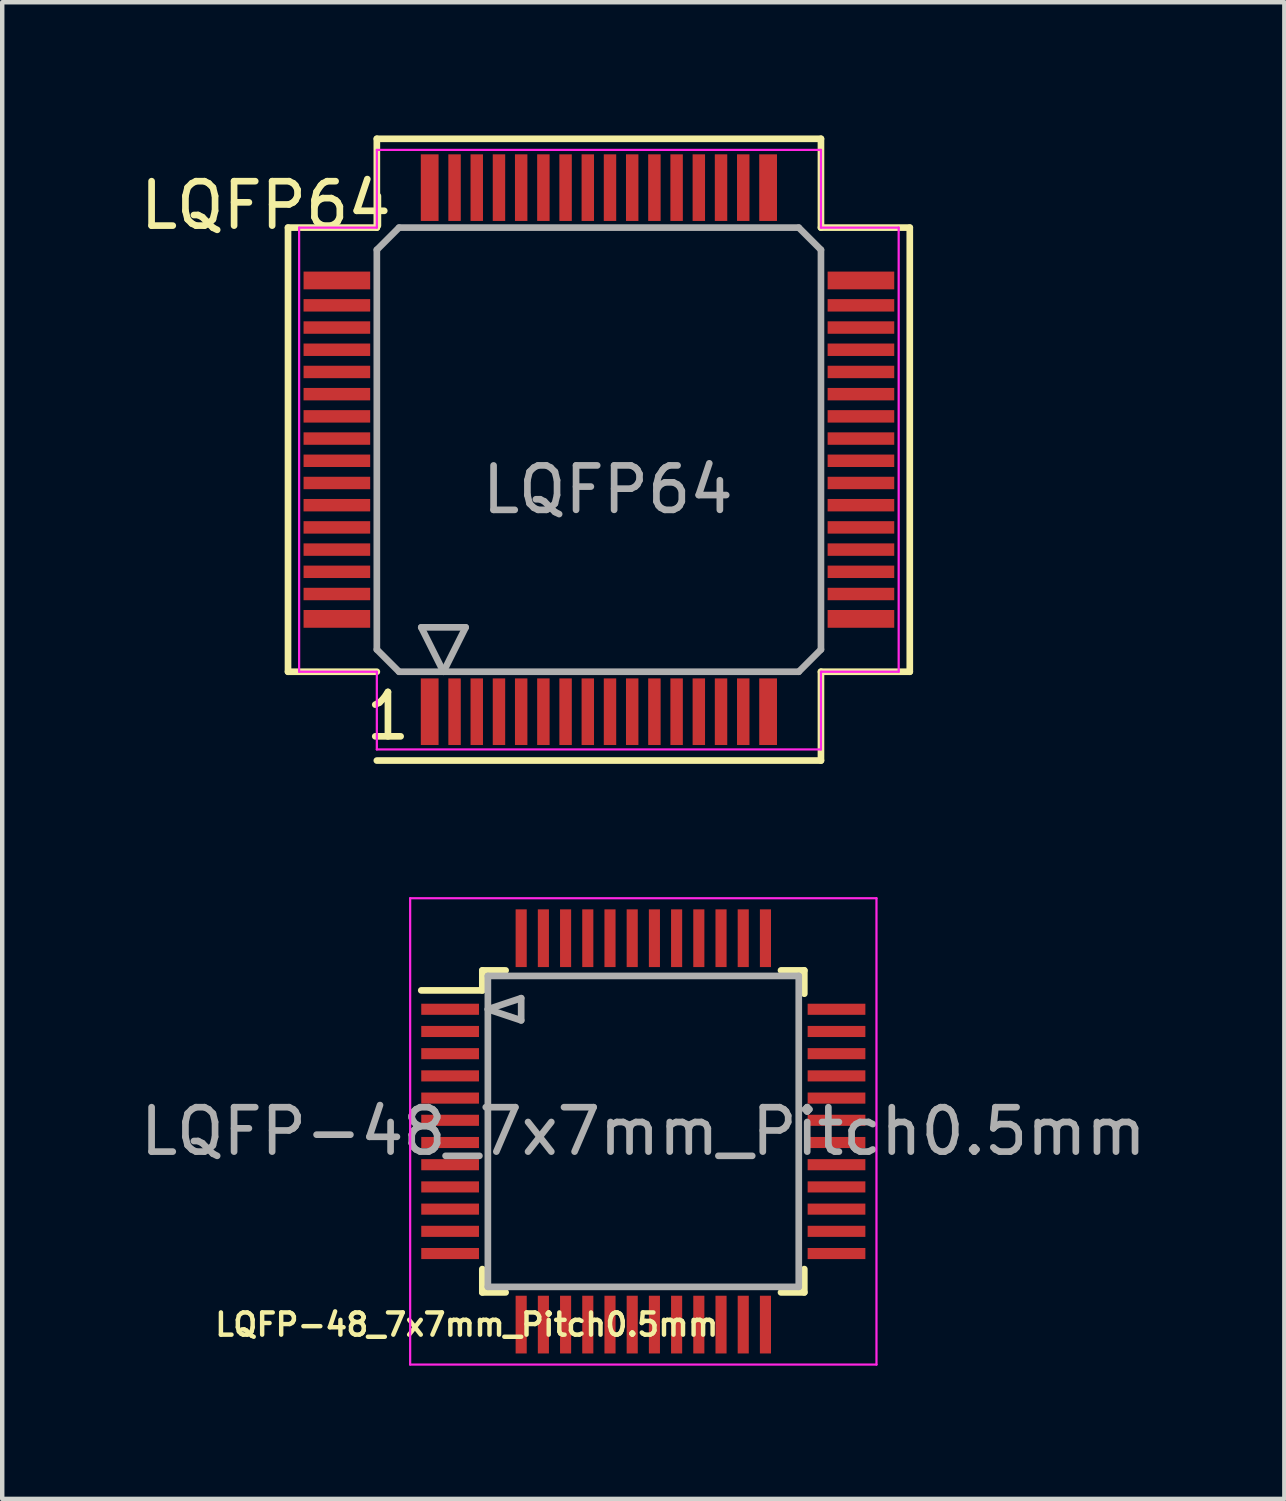
<source format=kicad_pcb>
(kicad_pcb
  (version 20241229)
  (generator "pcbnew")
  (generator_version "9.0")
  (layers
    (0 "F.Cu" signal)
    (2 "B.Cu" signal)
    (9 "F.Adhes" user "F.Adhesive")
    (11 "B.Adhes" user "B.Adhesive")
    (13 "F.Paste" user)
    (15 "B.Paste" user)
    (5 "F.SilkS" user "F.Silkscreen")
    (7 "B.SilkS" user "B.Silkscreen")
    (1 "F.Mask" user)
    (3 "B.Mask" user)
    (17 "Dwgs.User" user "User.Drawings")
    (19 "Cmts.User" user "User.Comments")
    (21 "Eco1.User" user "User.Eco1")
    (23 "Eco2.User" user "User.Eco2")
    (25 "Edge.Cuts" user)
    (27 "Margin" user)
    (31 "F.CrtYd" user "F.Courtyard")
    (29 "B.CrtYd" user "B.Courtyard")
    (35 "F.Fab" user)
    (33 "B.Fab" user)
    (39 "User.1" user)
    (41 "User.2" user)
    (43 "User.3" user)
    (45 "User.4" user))
  (footprint "LQFP64"
    (layer "F.Cu")
    (at 10.435 7.075)
    (property "Reference" "LQFP64" (at -7.5 -5.5 0) (layer "F.SilkS") (effects (font (size 1 1) (thickness 0.15))))
    (attr smd)
    (fp_line (start -7 -5) (end -7 5) (stroke (width 0.15) (type solid)) (layer "F.SilkS"))
    (fp_line (start -7 5) (end -5 5) (stroke (width 0.15) (type solid)) (layer "F.SilkS"))
    (fp_line (start -5 -7) (end -5 -5) (stroke (width 0.15) (type solid)) (layer "F.SilkS"))
    (fp_line (start -5 -5) (end -7 -5) (stroke (width 0.15) (type solid)) (layer "F.SilkS"))
    (fp_line (start -5 7) (end 5 7) (stroke (width 0.15) (type solid)) (layer "F.SilkS"))
    (fp_line (start 5 -7) (end -5 -7) (stroke (width 0.15) (type solid)) (layer "F.SilkS"))
    (fp_line (start 5 -5) (end 5 -7) (stroke (width 0.15) (type solid)) (layer "F.SilkS"))
    (fp_line (start 5 5) (end 7 5) (stroke (width 0.15) (type solid)) (layer "F.SilkS"))
    (fp_line (start 5 7) (end 5 5) (stroke (width 0.15) (type solid)) (layer "F.SilkS"))
    (fp_line (start 7 -5) (end 5 -5) (stroke (width 0.15) (type solid)) (layer "F.SilkS"))
    (fp_line (start 7 5) (end 7 -5) (stroke (width 0.15) (type solid)) (layer "F.SilkS"))
    (fp_line (start -6.75 -5) (end -6.75 5) (stroke (width 0.05) (type solid)) (layer "F.CrtYd"))
    (fp_line (start -6.75 -5) (end -5 -5) (stroke (width 0.05) (type solid)) (layer "F.CrtYd"))
    (fp_line (start -5 -5) (end -5 -6.75) (stroke (width 0.05) (type solid)) (layer "F.CrtYd"))
    (fp_line (start -5 5) (end -6.75 5) (stroke (width 0.05) (type solid)) (layer "F.CrtYd"))
    (fp_line (start -5 5) (end -5 6.75) (stroke (width 0.05) (type solid)) (layer "F.CrtYd"))
    (fp_line (start 5 -6.75) (end -5 -6.75) (stroke (width 0.05) (type solid)) (layer "F.CrtYd"))
    (fp_line (start 5 -5) (end 5 -6.75) (stroke (width 0.05) (type solid)) (layer "F.CrtYd"))
    (fp_line (start 5 -5) (end 6.75 -5) (stroke (width 0.05) (type solid)) (layer "F.CrtYd"))
    (fp_line (start 5 5) (end 5 6.75) (stroke (width 0.05) (type solid)) (layer "F.CrtYd"))
    (fp_line (start 5 5) (end 6.75 5) (stroke (width 0.05) (type solid)) (layer "F.CrtYd"))
    (fp_line (start 5 6.75) (end -5 6.75) (stroke (width 0.05) (type solid)) (layer "F.CrtYd"))
    (fp_line (start 6.75 -5) (end 6.75 5) (stroke (width 0.05) (type solid)) (layer "F.CrtYd"))
    (fp_line (start -5 -4.5) (end -5 4.5) (stroke (width 0.15) (type solid)) (layer "F.Fab"))
    (fp_line (start -5 -4.5) (end -4.5 -5) (stroke (width 0.15) (type solid)) (layer "F.Fab"))
    (fp_line (start -4.5 5) (end -5 4.5) (stroke (width 0.15) (type solid)) (layer "F.Fab"))
    (fp_line (start -4.5 5) (end 4.5 5) (stroke (width 0.15) (type solid)) (layer "F.Fab"))
    (fp_line (start -4 4) (end -3.5 5) (stroke (width 0.15) (type solid)) (layer "F.Fab"))
    (fp_line (start -3.5 5) (end -3 4) (stroke (width 0.15) (type solid)) (layer "F.Fab"))
    (fp_line (start -3 4) (end -4 4) (stroke (width 0.15) (type solid)) (layer "F.Fab"))
    (fp_line (start 4.5 -5) (end -4.5 -5) (stroke (width 0.15) (type solid)) (layer "F.Fab"))
    (fp_line (start 5 -4.5) (end 4.5 -5) (stroke (width 0.15) (type solid)) (layer "F.Fab"))
    (fp_line (start 5 4.5) (end 4.5 5) (stroke (width 0.15) (type solid)) (layer "F.Fab"))
    (fp_line (start 5 4.5) (end 5 -4.5) (stroke (width 0.15) (type solid)) (layer "F.Fab"))
    (fp_text user "1" (at -4.75 6 0) (layer "F.SilkS") (effects (font (size 1 1) (thickness 0.15))))
    (fp_text user "${REFERENCE}" (at 0.2 0.9 0) (layer "F.Fab") (effects (font (size 1 1) (thickness 0.15))))
    (pad "1" smd rect (at -3.81 5.9) (size 0.4 1.5) (layers "F.Cu" "F.Mask" "F.Paste"))
    (pad "2" smd rect (at -3.25 5.9) (size 0.28 1.5) (layers "F.Cu" "F.Mask" "F.Paste"))
    (pad "3" smd rect (at -2.75 5.9) (size 0.28 1.5) (layers "F.Cu" "F.Mask" "F.Paste"))
    (pad "4" smd rect (at -2.25 5.9) (size 0.28 1.5) (layers "F.Cu" "F.Mask" "F.Paste"))
    (pad "5" smd rect (at -1.75 5.9) (size 0.28 1.5) (layers "F.Cu" "F.Mask" "F.Paste"))
    (pad "6" smd rect (at -1.25 5.9) (size 0.28 1.5) (layers "F.Cu" "F.Mask" "F.Paste"))
    (pad "7" smd rect (at -0.75 5.9) (size 0.28 1.5) (layers "F.Cu" "F.Mask" "F.Paste"))
    (pad "8" smd rect (at -0.25 5.9) (size 0.28 1.5) (layers "F.Cu" "F.Mask" "F.Paste"))
    (pad "9" smd rect (at 0.25 5.9) (size 0.28 1.5) (layers "F.Cu" "F.Mask" "F.Paste"))
    (pad "10" smd rect (at 0.75 5.9) (size 0.28 1.5) (layers "F.Cu" "F.Mask" "F.Paste"))
    (pad "11" smd rect (at 1.25 5.9) (size 0.28 1.5) (layers "F.Cu" "F.Mask" "F.Paste"))
    (pad "12" smd rect (at 1.75 5.9) (size 0.28 1.5) (layers "F.Cu" "F.Mask" "F.Paste"))
    (pad "13" smd rect (at 2.25 5.9) (size 0.28 1.5) (layers "F.Cu" "F.Mask" "F.Paste"))
    (pad "14" smd rect (at 2.75 5.9) (size 0.28 1.5) (layers "F.Cu" "F.Mask" "F.Paste"))
    (pad "15" smd rect (at 3.25 5.9) (size 0.28 1.5) (layers "F.Cu" "F.Mask" "F.Paste"))
    (pad "16" smd rect (at 3.81 5.9) (size 0.4 1.5) (layers "F.Cu" "F.Mask" "F.Paste"))
    (pad "17" smd rect (at 5.9 3.81) (size 1.5 0.4) (layers "F.Cu" "F.Mask" "F.Paste"))
    (pad "18" smd rect (at 5.9 3.25) (size 1.5 0.28) (layers "F.Cu" "F.Mask" "F.Paste"))
    (pad "19" smd rect (at 5.9 2.75) (size 1.5 0.28) (layers "F.Cu" "F.Mask" "F.Paste"))
    (pad "20" smd rect (at 5.9 2.25) (size 1.5 0.28) (layers "F.Cu" "F.Mask" "F.Paste"))
    (pad "21" smd rect (at 5.9 1.75) (size 1.5 0.28) (layers "F.Cu" "F.Mask" "F.Paste"))
    (pad "22" smd rect (at 5.9 1.25) (size 1.5 0.28) (layers "F.Cu" "F.Mask" "F.Paste"))
    (pad "23" smd rect (at 5.9 0.75) (size 1.5 0.28) (layers "F.Cu" "F.Mask" "F.Paste"))
    (pad "24" smd rect (at 5.9 0.25) (size 1.5 0.28) (layers "F.Cu" "F.Mask" "F.Paste"))
    (pad "25" smd rect (at 5.9 -0.25) (size 1.5 0.28) (layers "F.Cu" "F.Mask" "F.Paste"))
    (pad "26" smd rect (at 5.9 -0.75) (size 1.5 0.28) (layers "F.Cu" "F.Mask" "F.Paste"))
    (pad "27" smd rect (at 5.9 -1.25) (size 1.5 0.28) (layers "F.Cu" "F.Mask" "F.Paste"))
    (pad "28" smd rect (at 5.9 -1.75) (size 1.5 0.28) (layers "F.Cu" "F.Mask" "F.Paste"))
    (pad "29" smd rect (at 5.9 -2.25) (size 1.5 0.28) (layers "F.Cu" "F.Mask" "F.Paste"))
    (pad "30" smd rect (at 5.9 -2.75) (size 1.5 0.28) (layers "F.Cu" "F.Mask" "F.Paste"))
    (pad "31" smd rect (at 5.9 -3.25) (size 1.5 0.28) (layers "F.Cu" "F.Mask" "F.Paste"))
    (pad "32" smd rect (at 5.9 -3.81) (size 1.5 0.4) (layers "F.Cu" "F.Mask" "F.Paste"))
    (pad "33" smd rect (at 3.81 -5.9) (size 0.4 1.5) (layers "F.Cu" "F.Mask" "F.Paste"))
    (pad "34" smd rect (at 3.25 -5.9) (size 0.28 1.5) (layers "F.Cu" "F.Mask" "F.Paste"))
    (pad "35" smd rect (at 2.75 -5.9) (size 0.28 1.5) (layers "F.Cu" "F.Mask" "F.Paste"))
    (pad "36" smd rect (at 2.25 -5.9) (size 0.28 1.5) (layers "F.Cu" "F.Mask" "F.Paste"))
    (pad "37" smd rect (at 1.75 -5.9) (size 0.28 1.5) (layers "F.Cu" "F.Mask" "F.Paste"))
    (pad "38" smd rect (at 1.25 -5.9) (size 0.28 1.5) (layers "F.Cu" "F.Mask" "F.Paste"))
    (pad "39" smd rect (at 0.75 -5.9) (size 0.28 1.5) (layers "F.Cu" "F.Mask" "F.Paste"))
    (pad "40" smd rect (at 0.25 -5.9) (size 0.28 1.5) (layers "F.Cu" "F.Mask" "F.Paste"))
    (pad "41" smd rect (at -0.25 -5.9) (size 0.28 1.5) (layers "F.Cu" "F.Mask" "F.Paste"))
    (pad "42" smd rect (at -0.75 -5.9) (size 0.28 1.5) (layers "F.Cu" "F.Mask" "F.Paste"))
    (pad "43" smd rect (at -1.25 -5.9) (size 0.28 1.5) (layers "F.Cu" "F.Mask" "F.Paste"))
    (pad "44" smd rect (at -1.75 -5.9) (size 0.28 1.5) (layers "F.Cu" "F.Mask" "F.Paste"))
    (pad "45" smd rect (at -2.25 -5.9) (size 0.28 1.5) (layers "F.Cu" "F.Mask" "F.Paste"))
    (pad "46" smd rect (at -2.75 -5.9) (size 0.28 1.5) (layers "F.Cu" "F.Mask" "F.Paste"))
    (pad "47" smd rect (at -3.25 -5.9) (size 0.28 1.5) (layers "F.Cu" "F.Mask" "F.Paste"))
    (pad "48" smd rect (at -3.81 -5.9) (size 0.4 1.5) (layers "F.Cu" "F.Mask" "F.Paste"))
    (pad "49" smd rect (at -5.9 -3.81) (size 1.5 0.4) (layers "F.Cu" "F.Mask" "F.Paste"))
    (pad "50" smd rect (at -5.9 -3.25) (size 1.5 0.28) (layers "F.Cu" "F.Mask" "F.Paste"))
    (pad "51" smd rect (at -5.9 -2.75) (size 1.5 0.28) (layers "F.Cu" "F.Mask" "F.Paste"))
    (pad "52" smd rect (at -5.9 -2.25) (size 1.5 0.28) (layers "F.Cu" "F.Mask" "F.Paste"))
    (pad "53" smd rect (at -5.9 -1.75) (size 1.5 0.28) (layers "F.Cu" "F.Mask" "F.Paste"))
    (pad "54" smd rect (at -5.9 -1.25) (size 1.5 0.28) (layers "F.Cu" "F.Mask" "F.Paste"))
    (pad "55" smd rect (at -5.9 -0.75) (size 1.5 0.28) (layers "F.Cu" "F.Mask" "F.Paste"))
    (pad "56" smd rect (at -5.9 -0.25) (size 1.5 0.28) (layers "F.Cu" "F.Mask" "F.Paste"))
    (pad "57" smd rect (at -5.9 0.25) (size 1.5 0.28) (layers "F.Cu" "F.Mask" "F.Paste"))
    (pad "58" smd rect (at -5.9 0.75) (size 1.5 0.28) (layers "F.Cu" "F.Mask" "F.Paste"))
    (pad "59" smd rect (at -5.9 1.25) (size 1.5 0.28) (layers "F.Cu" "F.Mask" "F.Paste"))
    (pad "60" smd rect (at -5.9 1.75) (size 1.5 0.28) (layers "F.Cu" "F.Mask" "F.Paste"))
    (pad "61" smd rect (at -5.9 2.25) (size 1.5 0.28) (layers "F.Cu" "F.Mask" "F.Paste"))
    (pad "62" smd rect (at -5.9 2.75) (size 1.5 0.28) (layers "F.Cu" "F.Mask" "F.Paste"))
    (pad "63" smd rect (at -5.9 3.25) (size 1.5 0.28) (layers "F.Cu" "F.Mask" "F.Paste"))
    (pad "64" smd rect (at -5.9 3.81) (size 1.5 0.4) (layers "F.Cu" "F.Mask" "F.Paste")))
  (footprint "LQFP-48_7x7mm_Pitch0.5mm"
    (layer "F.Cu")
    (at 11.435 22.425)
    (property "Reference" "LQFP-48_7x7mm_Pitch0.5mm" (at -3.975 4.35 0) (layer "F.SilkS") (effects (font (size 0.5 0.5) (thickness 0.1))))
    (attr smd)
    (fp_line (start -3.625 -3.625) (end -3.625 -3.175) (stroke (width 0.15) (type solid)) (layer "F.SilkS"))
    (fp_line (start -3.625 -3.625) (end -3.1 -3.625) (stroke (width 0.15) (type solid)) (layer "F.SilkS"))
    (fp_line (start -3.625 -3.175) (end -5 -3.175) (stroke (width 0.15) (type solid)) (layer "F.SilkS"))
    (fp_line (start -3.625 3.625) (end -3.625 3.1) (stroke (width 0.15) (type solid)) (layer "F.SilkS"))
    (fp_line (start -3.625 3.625) (end -3.1 3.625) (stroke (width 0.15) (type solid)) (layer "F.SilkS"))
    (fp_line (start 3.625 -3.625) (end 3.1 -3.625) (stroke (width 0.15) (type solid)) (layer "F.SilkS"))
    (fp_line (start 3.625 -3.625) (end 3.625 -3.1) (stroke (width 0.15) (type solid)) (layer "F.SilkS"))
    (fp_line (start 3.625 3.625) (end 3.1 3.625) (stroke (width 0.15) (type solid)) (layer "F.SilkS"))
    (fp_line (start 3.625 3.625) (end 3.625 3.1) (stroke (width 0.15) (type solid)) (layer "F.SilkS"))
    (fp_line (start -5.25 -5.25) (end -5.25 5.25) (stroke (width 0.05) (type solid)) (layer "F.CrtYd"))
    (fp_line (start -5.25 -5.25) (end 5.25 -5.25) (stroke (width 0.05) (type solid)) (layer "F.CrtYd"))
    (fp_line (start -5.25 5.25) (end 5.25 5.25) (stroke (width 0.05) (type solid)) (layer "F.CrtYd"))
    (fp_line (start 5.25 -5.25) (end 5.25 5.25) (stroke (width 0.05) (type solid)) (layer "F.CrtYd"))
    (fp_line (start -3.5 -3.5) (end 3.5 -3.5) (stroke (width 0.15) (type solid)) (layer "F.Fab"))
    (fp_line (start -3.5 -2.75) (end -2.75 -3) (stroke (width 0.15) (type solid)) (layer "F.Fab"))
    (fp_line (start -3.5 -2.75) (end -2.75 -2.5) (stroke (width 0.15) (type solid)) (layer "F.Fab"))
    (fp_line (start -3.5 3.5) (end -3.5 -3.5) (stroke (width 0.15) (type solid)) (layer "F.Fab"))
    (fp_line (start -2.75 -2.5) (end -2.75 -3) (stroke (width 0.15) (type solid)) (layer "F.Fab"))
    (fp_line (start 3.5 -3.5) (end 3.5 3.5) (stroke (width 0.15) (type solid)) (layer "F.Fab"))
    (fp_line (start 3.5 3.5) (end -3.5 3.5) (stroke (width 0.15) (type solid)) (layer "F.Fab"))
    (fp_text user "${REFERENCE}" (at 0 0 0) (layer "F.Fab") (effects (font (size 1 1) (thickness 0.15))))
    (pad "1" smd rect (at -4.35 -2.75) (size 1.3 0.25) (layers "F.Cu" "F.Mask" "F.Paste"))
    (pad "2" smd rect (at -4.35 -2.25) (size 1.3 0.25) (layers "F.Cu" "F.Mask" "F.Paste"))
    (pad "3" smd rect (at -4.35 -1.75) (size 1.3 0.25) (layers "F.Cu" "F.Mask" "F.Paste"))
    (pad "4" smd rect (at -4.35 -1.25) (size 1.3 0.25) (layers "F.Cu" "F.Mask" "F.Paste"))
    (pad "5" smd rect (at -4.35 -0.75) (size 1.3 0.25) (layers "F.Cu" "F.Mask" "F.Paste"))
    (pad "6" smd rect (at -4.35 -0.25) (size 1.3 0.25) (layers "F.Cu" "F.Mask" "F.Paste"))
    (pad "7" smd rect (at -4.35 0.25) (size 1.3 0.25) (layers "F.Cu" "F.Mask" "F.Paste"))
    (pad "8" smd rect (at -4.35 0.75) (size 1.3 0.25) (layers "F.Cu" "F.Mask" "F.Paste"))
    (pad "9" smd rect (at -4.35 1.25) (size 1.3 0.25) (layers "F.Cu" "F.Mask" "F.Paste"))
    (pad "10" smd rect (at -4.35 1.75) (size 1.3 0.25) (layers "F.Cu" "F.Mask" "F.Paste"))
    (pad "11" smd rect (at -4.35 2.25) (size 1.3 0.25) (layers "F.Cu" "F.Mask" "F.Paste"))
    (pad "12" smd rect (at -4.35 2.75) (size 1.3 0.25) (layers "F.Cu" "F.Mask" "F.Paste"))
    (pad "13" smd rect (at -2.75 4.35 90) (size 1.3 0.25) (layers "F.Cu" "F.Mask" "F.Paste"))
    (pad "14" smd rect (at -2.25 4.35 90) (size 1.3 0.25) (layers "F.Cu" "F.Mask" "F.Paste"))
    (pad "15" smd rect (at -1.75 4.35 90) (size 1.3 0.25) (layers "F.Cu" "F.Mask" "F.Paste"))
    (pad "16" smd rect (at -1.25 4.35 90) (size 1.3 0.25) (layers "F.Cu" "F.Mask" "F.Paste"))
    (pad "17" smd rect (at -0.75 4.35 90) (size 1.3 0.25) (layers "F.Cu" "F.Mask" "F.Paste"))
    (pad "18" smd rect (at -0.25 4.35 90) (size 1.3 0.25) (layers "F.Cu" "F.Mask" "F.Paste"))
    (pad "19" smd rect (at 0.25 4.35 90) (size 1.3 0.25) (layers "F.Cu" "F.Mask" "F.Paste"))
    (pad "20" smd rect (at 0.75 4.35 90) (size 1.3 0.25) (layers "F.Cu" "F.Mask" "F.Paste"))
    (pad "21" smd rect (at 1.25 4.35 90) (size 1.3 0.25) (layers "F.Cu" "F.Mask" "F.Paste"))
    (pad "22" smd rect (at 1.75 4.35 90) (size 1.3 0.25) (layers "F.Cu" "F.Mask" "F.Paste"))
    (pad "23" smd rect (at 2.25 4.35 90) (size 1.3 0.25) (layers "F.Cu" "F.Mask" "F.Paste"))
    (pad "24" smd rect (at 2.75 4.35 90) (size 1.3 0.25) (layers "F.Cu" "F.Mask" "F.Paste"))
    (pad "25" smd rect (at 4.35 2.75) (size 1.3 0.25) (layers "F.Cu" "F.Mask" "F.Paste"))
    (pad "26" smd rect (at 4.35 2.25) (size 1.3 0.25) (layers "F.Cu" "F.Mask" "F.Paste"))
    (pad "27" smd rect (at 4.35 1.75) (size 1.3 0.25) (layers "F.Cu" "F.Mask" "F.Paste"))
    (pad "28" smd rect (at 4.35 1.25) (size 1.3 0.25) (layers "F.Cu" "F.Mask" "F.Paste"))
    (pad "29" smd rect (at 4.35 0.75) (size 1.3 0.25) (layers "F.Cu" "F.Mask" "F.Paste"))
    (pad "30" smd rect (at 4.35 0.25) (size 1.3 0.25) (layers "F.Cu" "F.Mask" "F.Paste"))
    (pad "31" smd rect (at 4.35 -0.25) (size 1.3 0.25) (layers "F.Cu" "F.Mask" "F.Paste"))
    (pad "32" smd rect (at 4.35 -0.75) (size 1.3 0.25) (layers "F.Cu" "F.Mask" "F.Paste"))
    (pad "33" smd rect (at 4.35 -1.25) (size 1.3 0.25) (layers "F.Cu" "F.Mask" "F.Paste"))
    (pad "34" smd rect (at 4.35 -1.75) (size 1.3 0.25) (layers "F.Cu" "F.Mask" "F.Paste"))
    (pad "35" smd rect (at 4.35 -2.25) (size 1.3 0.25) (layers "F.Cu" "F.Mask" "F.Paste"))
    (pad "36" smd rect (at 4.35 -2.75) (size 1.3 0.25) (layers "F.Cu" "F.Mask" "F.Paste"))
    (pad "37" smd rect (at 2.75 -4.35 90) (size 1.3 0.25) (layers "F.Cu" "F.Mask" "F.Paste"))
    (pad "38" smd rect (at 2.25 -4.35 90) (size 1.3 0.25) (layers "F.Cu" "F.Mask" "F.Paste"))
    (pad "39" smd rect (at 1.75 -4.35 90) (size 1.3 0.25) (layers "F.Cu" "F.Mask" "F.Paste"))
    (pad "40" smd rect (at 1.25 -4.35 90) (size 1.3 0.25) (layers "F.Cu" "F.Mask" "F.Paste"))
    (pad "41" smd rect (at 0.75 -4.35 90) (size 1.3 0.25) (layers "F.Cu" "F.Mask" "F.Paste"))
    (pad "42" smd rect (at 0.25 -4.35 90) (size 1.3 0.25) (layers "F.Cu" "F.Mask" "F.Paste"))
    (pad "43" smd rect (at -0.25 -4.35 90) (size 1.3 0.25) (layers "F.Cu" "F.Mask" "F.Paste"))
    (pad "44" smd rect (at -0.75 -4.35 90) (size 1.3 0.25) (layers "F.Cu" "F.Mask" "F.Paste"))
    (pad "45" smd rect (at -1.25 -4.35 90) (size 1.3 0.25) (layers "F.Cu" "F.Mask" "F.Paste"))
    (pad "46" smd rect (at -1.75 -4.35 90) (size 1.3 0.25) (layers "F.Cu" "F.Mask" "F.Paste"))
    (pad "47" smd rect (at -2.25 -4.35 90) (size 1.3 0.25) (layers "F.Cu" "F.Mask" "F.Paste"))
    (pad "48" smd rect (at -2.75 -4.35 90) (size 1.3 0.25) (layers "F.Cu" "F.Mask" "F.Paste")))
  (gr_rect
    (start -3 -3)
    (end 25.869 30.7)
    (stroke (width 0.1) (type default))
    (fill no)
    (layer "Edge.Cuts")))
</source>
